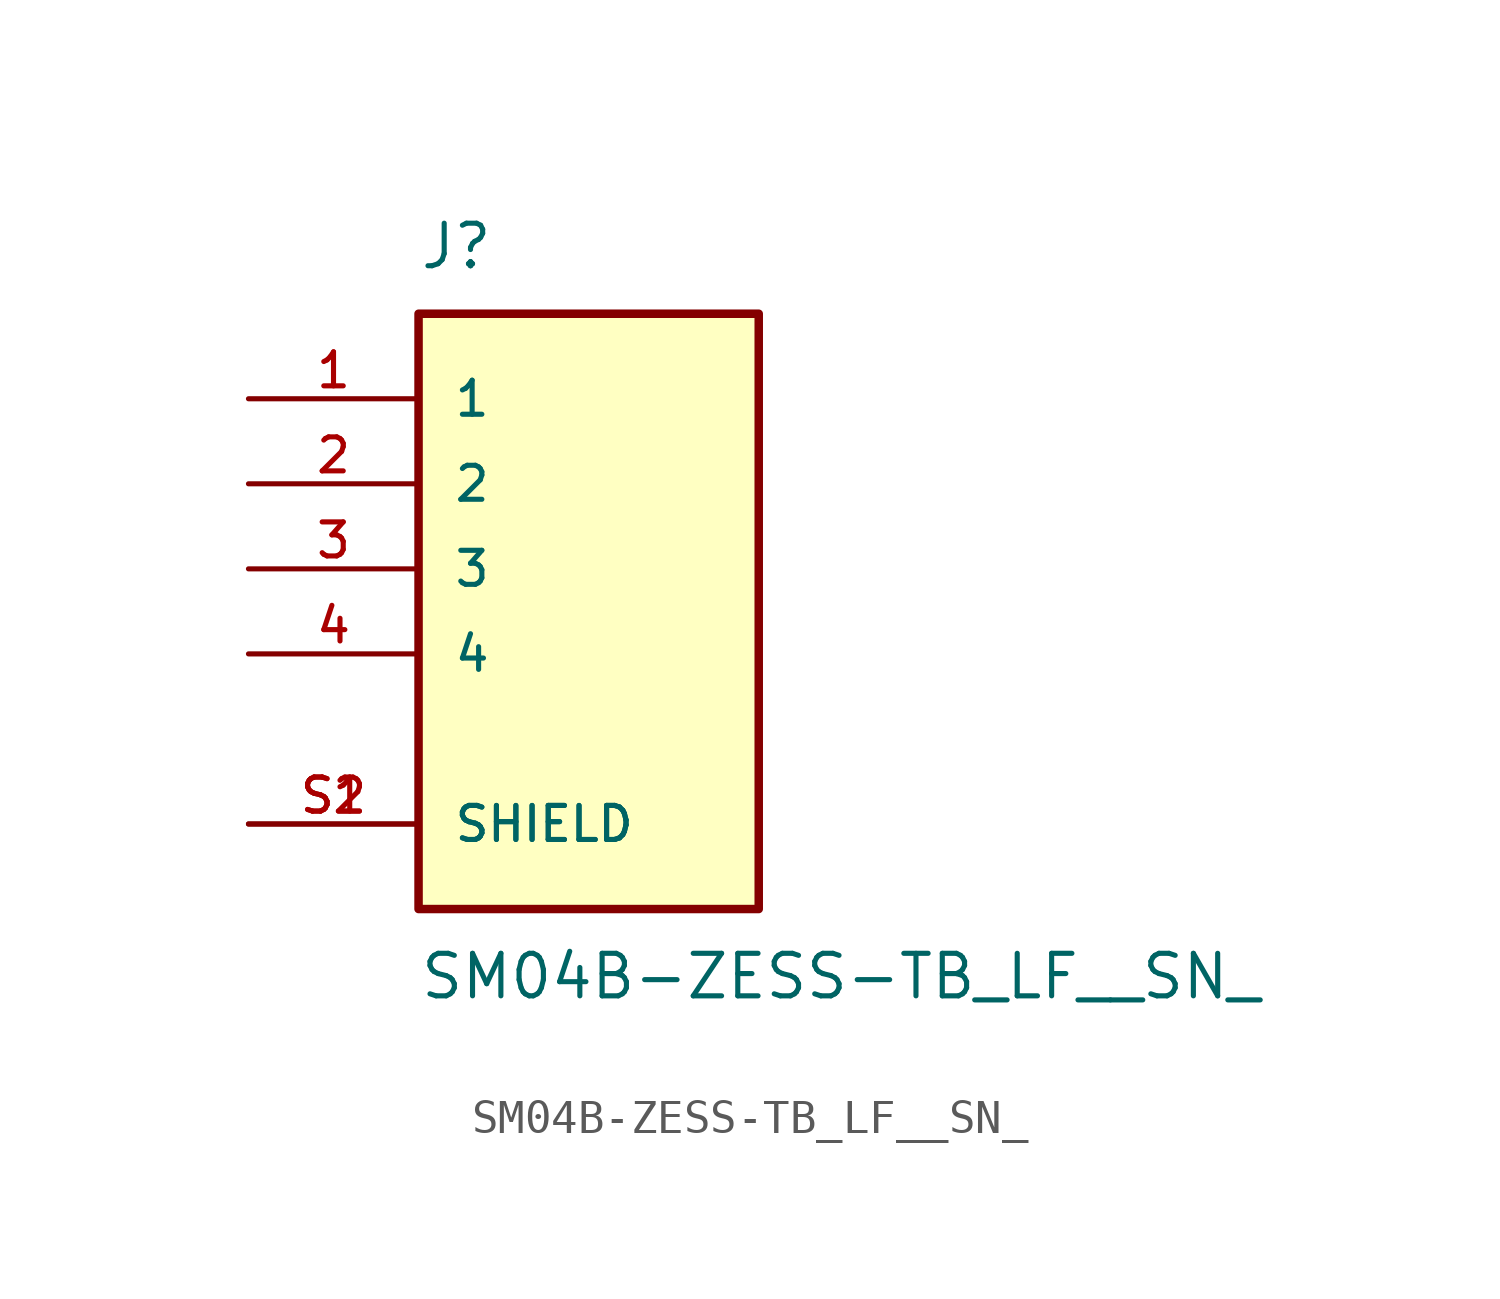
<source format=kicad_sym>
(kicad_symbol_lib
  (version 20211014)
  (generator kicad_symbol_editor)
  (symbol "SM04B-ZESS-TB_LF__SN_"
    (pin_names
      (offset 1.016))
    (property "Reference" "J"
      (at -5.08 8.89 0)
      (effects (font (size 1.27 1.27)) (justify bottom left)))
    (property "Value" "SM04B-ZESS-TB_LF__SN_"
      (at -5.08 -11.43 0.0)
      (effects (font (size 1.27 1.27)) (justify top left)))
    (symbol "SM04B-ZESS-TB_LF__SN__0_0"
      (rectangle (start -5.08 -10.16) (end 5.08 7.62) (stroke (width 0.254)) (fill (type background)))
      (pin passive line (at -10.16 5.08 0) (length 5.08) (name "1" (effects (font (size 1.016 1.016)))) (number "1" (effects (font (size 1.016 1.016)))))
      (pin passive line (at -10.16 2.54 0) (length 5.08) (name "2" (effects (font (size 1.016 1.016)))) (number "2" (effects (font (size 1.016 1.016)))))
      (pin passive line (at -10.16 0.0 0) (length 5.08) (name "3" (effects (font (size 1.016 1.016)))) (number "3" (effects (font (size 1.016 1.016)))))
      (pin passive line (at -10.16 -2.54 0) (length 5.08) (name "4" (effects (font (size 1.016 1.016)))) (number "4" (effects (font (size 1.016 1.016)))))
      (pin passive line (at -10.16 -7.62 0) (length 5.08) (name "SHIELD" (effects (font (size 1.016 1.016)))) (number "S1" (effects (font (size 1.016 1.016)))))
      (pin passive line (at -10.16 -7.62 0) (length 5.08) (name "SHIELD" (effects (font (size 1.016 1.016)))) (number "S2" (effects (font (size 1.016 1.016))))))))
</source>
